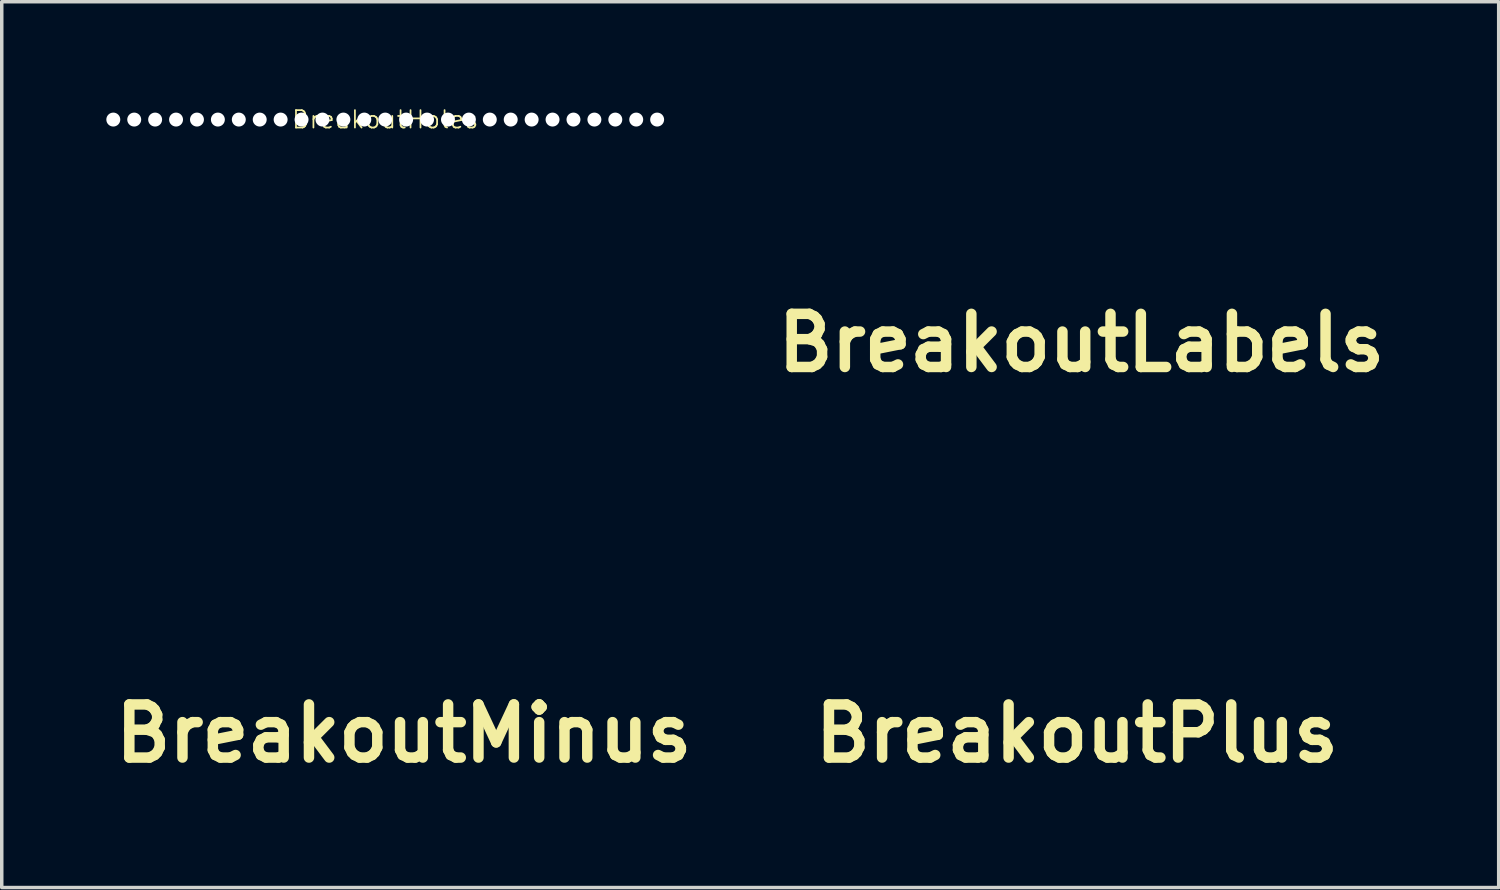
<source format=kicad_pcb>
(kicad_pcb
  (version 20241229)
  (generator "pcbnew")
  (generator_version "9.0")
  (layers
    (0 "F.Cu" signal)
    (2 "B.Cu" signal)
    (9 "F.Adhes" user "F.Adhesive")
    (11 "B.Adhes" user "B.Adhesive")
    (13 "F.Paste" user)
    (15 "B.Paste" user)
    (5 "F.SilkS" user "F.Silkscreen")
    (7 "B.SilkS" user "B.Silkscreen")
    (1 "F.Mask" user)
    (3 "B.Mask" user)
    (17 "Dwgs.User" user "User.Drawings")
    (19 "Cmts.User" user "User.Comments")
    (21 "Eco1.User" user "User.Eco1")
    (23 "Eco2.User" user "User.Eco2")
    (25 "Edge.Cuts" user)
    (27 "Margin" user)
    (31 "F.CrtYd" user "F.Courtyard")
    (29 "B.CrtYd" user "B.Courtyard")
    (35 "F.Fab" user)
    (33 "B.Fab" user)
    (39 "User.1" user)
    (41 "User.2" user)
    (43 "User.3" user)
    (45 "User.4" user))
  (footprint "BreakoutLabels"
    (layer "F.Cu")
    (at 27.97 6.787)
    (property "Reference" "BreakoutLabels" (at 0 0 0) (layer "F.SilkS") (effects (font (size 1.524 1.524) (thickness 0.3))))
    (attr through_hole)
    (fp_poly (pts (xy 0.109 -6.057) (xy 0.298 -6.057) (xy 0.298 -5.901) (xy -0.271 -5.901) (xy -0.271 -6.057) (xy -0.081 -6.057) (xy -0.081 -6.567) (xy -0.114 -6.548) (xy -0.135 -6.535) (xy -0.162 -6.519) (xy -0.192 -6.501) (xy -0.2 -6.496) (xy -0.254 -6.464) (xy -0.256 -6.547) (xy -0.257 -6.582) (xy -0.257 -6.606) (xy -0.255 -6.622) (xy -0.252 -6.632) (xy -0.248 -6.637) (xy -0.246 -6.639) (xy -0.237 -6.645) (xy -0.217 -6.656) (xy -0.191 -6.672) (xy -0.158 -6.692) (xy -0.122 -6.713) (xy -0.118 -6.715) (xy -0.003 -6.782) (xy 0.109 -6.782) (xy 0.109 -6.057)) (stroke (width 0.01) (type solid)) (fill yes) (layer "F.Mask"))
    (fp_poly (pts (xy 0.197 1.39) (xy 0.319 1.39) (xy 0.319 1.539) (xy 0.259 1.541) (xy 0.2 1.543) (xy 0.196 1.702) (xy 0.007 1.702) (xy 0.007 1.54) (xy -0.359 1.54) (xy -0.359 1.47) (xy -0.359 1.401) (xy -0.346 1.382) (xy -0.172 1.382) (xy -0.171 1.385) (xy -0.163 1.388) (xy -0.146 1.389) (xy -0.118 1.39) (xy -0.085 1.39) (xy 0.007 1.39) (xy 0.007 1.257) (xy 0.007 1.216) (xy 0.006 1.181) (xy 0.006 1.153) (xy 0.005 1.134) (xy 0.004 1.126) (xy 0.004 1.126) (xy -0.000369 1.133) (xy -0.011 1.149) (xy -0.027 1.172) (xy -0.047 1.2) (xy -0.069 1.232) (xy -0.092 1.265) (xy -0.114 1.297) (xy -0.134 1.327) (xy -0.152 1.352) (xy -0.165 1.371) (xy -0.171 1.381) (xy -0.172 1.382) (xy -0.346 1.382) (xy -0.158 1.111) (xy 0.044 0.821) (xy 0.12 0.821) (xy 0.197 0.821) (xy 0.197 1.39)) (stroke (width 0.01) (type solid)) (fill yes) (layer "F.Mask"))
    (fp_poly (pts (xy -0.003 -4.256) (xy 0.061 -4.246) (xy 0.117 -4.226) (xy 0.165 -4.197) (xy 0.203 -4.158) (xy 0.229 -4.118) (xy 0.237 -4.099) (xy 0.243 -4.083) (xy 0.246 -4.064) (xy 0.247 -4.04) (xy 0.247 -4.008) (xy 0.246 -3.973) (xy 0.242 -3.94) (xy 0.235 -3.91) (xy 0.223 -3.879) (xy 0.206 -3.848) (xy 0.184 -3.814) (xy 0.154 -3.776) (xy 0.117 -3.733) (xy 0.071 -3.683) (xy 0.039 -3.649) (xy -0.073 -3.53) (xy 0.104 -3.527) (xy 0.281 -3.523) (xy 0.285 -3.371) (xy -0.319 -3.371) (xy -0.319 -3.512) (xy -0.169 -3.672) (xy -0.117 -3.727) (xy -0.074 -3.774) (xy -0.039 -3.813) (xy -0.01 -3.846) (xy 0.012 -3.874) (xy 0.028 -3.898) (xy 0.04 -3.918) (xy 0.049 -3.937) (xy 0.054 -3.955) (xy 0.057 -3.974) (xy 0.059 -3.991) (xy 0.057 -4.031) (xy 0.046 -4.062) (xy 0.025 -4.084) (xy 0.014 -4.091) (xy -0.001 -4.098) (xy -0.017 -4.101) (xy -0.039 -4.102) (xy -0.071 -4.101) (xy -0.071 -4.101) (xy -0.134 -4.093) (xy -0.193 -4.074) (xy -0.252 -4.043) (xy -0.255 -4.041) (xy -0.272 -4.031) (xy -0.285 -4.024) (xy -0.288 -4.023) (xy -0.291 -4.03) (xy -0.299 -4.046) (xy -0.309 -4.07) (xy -0.319 -4.092) (xy -0.349 -4.159) (xy -0.332 -4.173) (xy -0.293 -4.198) (xy -0.244 -4.22) (xy -0.188 -4.238) (xy -0.128 -4.251) (xy -0.075 -4.257) (xy -0.003 -4.256)) (stroke (width 0.01) (type solid)) (fill yes) (layer "F.Mask"))
    (fp_poly (pts (xy 0.258 3.506) (xy -0.115 3.506) (xy -0.115 3.602) (xy -0.115 3.641) (xy -0.114 3.668) (xy -0.112 3.685) (xy -0.11 3.693) (xy -0.107 3.694) (xy -0.064 3.679) (xy -0.02 3.672) (xy 0.03 3.67) (xy 0.04 3.67) (xy 0.074 3.672) (xy 0.099 3.676) (xy 0.119 3.681) (xy 0.141 3.69) (xy 0.15 3.695) (xy 0.201 3.727) (xy 0.242 3.768) (xy 0.273 3.818) (xy 0.293 3.877) (xy 0.298 3.904) (xy 0.302 3.967) (xy 0.293 4.027) (xy 0.272 4.082) (xy 0.241 4.131) (xy 0.199 4.172) (xy 0.147 4.206) (xy 0.087 4.23) (xy 0.066 4.236) (xy 0.029 4.242) (xy -0.017 4.244) (xy -0.065 4.244) (xy -0.11 4.241) (xy -0.146 4.236) (xy -0.188 4.225) (xy -0.227 4.211) (xy -0.263 4.195) (xy -0.293 4.178) (xy -0.315 4.162) (xy -0.326 4.147) (xy -0.328 4.14) (xy -0.324 4.128) (xy -0.316 4.107) (xy -0.305 4.082) (xy -0.299 4.068) (xy -0.272 4.009) (xy -0.233 4.032) (xy -0.17 4.064) (xy -0.105 4.084) (xy -0.042 4.092) (xy 0.004 4.089) (xy 0.046 4.079) (xy 0.078 4.06) (xy 0.1 4.032) (xy 0.112 3.996) (xy 0.115 3.958) (xy 0.112 3.916) (xy 0.101 3.884) (xy 0.081 3.859) (xy 0.051 3.839) (xy 0.047 3.837) (xy 0.026 3.826) (xy 0.008 3.821) (xy -0.012 3.819) (xy -0.04 3.82) (xy -0.041 3.82) (xy -0.074 3.824) (xy -0.108 3.833) (xy -0.141 3.844) (xy -0.167 3.857) (xy -0.184 3.87) (xy -0.194 3.875) (xy -0.215 3.879) (xy -0.247 3.88) (xy -0.305 3.88) (xy -0.305 3.357) (xy 0.258 3.357) (xy 0.258 3.506)) (stroke (width 0.01) (type solid)) (fill yes) (layer "F.Mask"))
    (fp_poly (pts (xy 0.107 5.883) (xy 0.17 5.891) (xy 0.23 5.905) (xy 0.284 5.926) (xy 0.33 5.95) (xy 0.348 5.964) (xy 0.367 5.98) (xy 0.339 6.044) (xy 0.326 6.071) (xy 0.316 6.093) (xy 0.308 6.108) (xy 0.306 6.113) (xy 0.298 6.112) (xy 0.284 6.105) (xy 0.276 6.1) (xy 0.256 6.088) (xy 0.23 6.074) (xy 0.205 6.061) (xy 0.181 6.051) (xy 0.162 6.045) (xy 0.141 6.041) (xy 0.115 6.04) (xy 0.095 6.04) (xy 0.063 6.04) (xy 0.042 6.042) (xy 0.027 6.045) (xy 0.013 6.051) (xy 0.001 6.059) (xy -0.033 6.089) (xy -0.06 6.13) (xy -0.079 6.181) (xy -0.091 6.241) (xy -0.092 6.251) (xy -0.097 6.293) (xy -0.066 6.264) (xy -0.029 6.235) (xy 0.014 6.216) (xy 0.063 6.205) (xy 0.105 6.203) (xy 0.137 6.203) (xy 0.161 6.206) (xy 0.181 6.211) (xy 0.202 6.22) (xy 0.205 6.221) (xy 0.256 6.252) (xy 0.298 6.292) (xy 0.331 6.341) (xy 0.353 6.396) (xy 0.364 6.456) (xy 0.364 6.504) (xy 0.354 6.569) (xy 0.332 6.627) (xy 0.3 6.678) (xy 0.258 6.72) (xy 0.206 6.753) (xy 0.181 6.764) (xy 0.149 6.772) (xy 0.108 6.778) (xy 0.063 6.78) (xy 0.018 6.779) (xy -0.02 6.774) (xy -0.03 6.772) (xy -0.091 6.75) (xy -0.145 6.716) (xy -0.191 6.672) (xy -0.23 6.619) (xy -0.259 6.555) (xy -0.276 6.497) (xy -0.279 6.478) (xy -0.073 6.478) (xy -0.071 6.518) (xy -0.061 6.555) (xy -0.042 6.587) (xy -0.017 6.611) (xy 0.012 6.623) (xy 0.028 6.627) (xy 0.037 6.63) (xy 0.055 6.632) (xy 0.078 6.629) (xy 0.091 6.626) (xy 0.129 6.609) (xy 0.157 6.583) (xy 0.175 6.548) (xy 0.183 6.505) (xy 0.183 6.494) (xy 0.177 6.448) (xy 0.161 6.409) (xy 0.136 6.38) (xy 0.116 6.366) (xy 0.095 6.358) (xy 0.07 6.355) (xy 0.041 6.356) (xy 0.000343 6.365) (xy -0.032 6.384) (xy -0.055 6.413) (xy -0.069 6.452) (xy -0.073 6.478) (xy -0.279 6.478) (xy -0.283 6.457) (xy -0.287 6.408) (xy -0.288 6.354) (xy -0.287 6.299) (xy -0.284 6.247) (xy -0.278 6.202) (xy -0.272 6.175) (xy -0.247 6.101) (xy -0.213 6.036) (xy -0.171 5.983) (xy -0.123 5.94) (xy -0.067 5.909) (xy -0.004 5.889) (xy 0.065 5.882) (xy 0.107 5.883)) (stroke (width 0.01) (type solid)) (fill yes) (layer "F.Mask"))
    (fp_poly (pts (xy 0.024 -1.719) (xy 0.042 -1.716) (xy 0.102 -1.699) (xy 0.153 -1.672) (xy 0.195 -1.637) (xy 0.226 -1.594) (xy 0.227 -1.593) (xy 0.242 -1.554) (xy 0.25 -1.509) (xy 0.25 -1.461) (xy 0.243 -1.418) (xy 0.241 -1.412) (xy 0.226 -1.381) (xy 0.203 -1.348) (xy 0.176 -1.32) (xy 0.148 -1.3) (xy 0.147 -1.299) (xy 0.124 -1.287) (xy 0.163 -1.267) (xy 0.207 -1.238) (xy 0.239 -1.201) (xy 0.262 -1.156) (xy 0.273 -1.104) (xy 0.274 -1.079) (xy 0.27 -1.026) (xy 0.258 -0.982) (xy 0.236 -0.943) (xy 0.217 -0.92) (xy 0.175 -0.882) (xy 0.126 -0.855) (xy 0.077 -0.838) (xy 0.036 -0.83) (xy -0.012 -0.826) (xy -0.062 -0.824) (xy -0.107 -0.825) (xy -0.126 -0.827) (xy -0.208 -0.845) (xy -0.284 -0.875) (xy -0.292 -0.879) (xy -0.322 -0.895) (xy -0.342 -0.906) (xy -0.352 -0.917) (xy -0.354 -0.93) (xy -0.348 -0.949) (xy -0.337 -0.975) (xy -0.332 -0.987) (xy -0.319 -1.014) (xy -0.308 -1.036) (xy -0.3 -1.051) (xy -0.297 -1.056) (xy -0.288 -1.055) (xy -0.279 -1.049) (xy -0.261 -1.036) (xy -0.233 -1.022) (xy -0.201 -1.007) (xy -0.168 -0.995) (xy -0.141 -0.987) (xy -0.092 -0.979) (xy -0.045 -0.978) (xy -0.001 -0.982) (xy 0.036 -0.993) (xy 0.063 -1.009) (xy 0.065 -1.011) (xy 0.082 -1.035) (xy 0.091 -1.067) (xy 0.091 -1.101) (xy 0.084 -1.133) (xy 0.07 -1.16) (xy 0.063 -1.168) (xy 0.047 -1.18) (xy 0.029 -1.189) (xy 0.005 -1.195) (xy -0.025 -1.199) (xy -0.065 -1.2) (xy -0.093 -1.2) (xy -0.183 -1.2) (xy -0.183 -1.355) (xy -0.093 -1.358) (xy -0.048 -1.36) (xy -0.014 -1.363) (xy 0.012 -1.369) (xy 0.03 -1.379) (xy 0.045 -1.392) (xy 0.055 -1.406) (xy 0.065 -1.431) (xy 0.068 -1.462) (xy 0.064 -1.493) (xy 0.055 -1.519) (xy 0.047 -1.53) (xy 0.026 -1.549) (xy 0.004 -1.56) (xy -0.026 -1.567) (xy -0.027 -1.567) (xy -0.072 -1.569) (xy -0.123 -1.561) (xy -0.175 -1.546) (xy -0.225 -1.524) (xy -0.255 -1.506) (xy -0.285 -1.485) (xy -0.313 -1.544) (xy -0.325 -1.572) (xy -0.334 -1.595) (xy -0.34 -1.612) (xy -0.341 -1.617) (xy -0.336 -1.63) (xy -0.319 -1.645) (xy -0.293 -1.662) (xy -0.259 -1.678) (xy -0.219 -1.694) (xy -0.21 -1.696) (xy -0.153 -1.711) (xy -0.092 -1.72) (xy -0.031 -1.723) (xy 0.024 -1.719)) (stroke (width 0.01) (type solid)) (fill yes) (layer "F.Mask")))
  (footprint "BreakoutPlus"
    (layer "F.Cu")
    (at 27.841 17.991)
    (property "Reference" "BreakoutPlus" (at 0 0 0) (layer "F.SilkS") (effects (font (size 1.524 1.524) (thickness 0.3))))
    (attr through_hole)
    (fp_poly (pts (xy 0.082 -0.082) (xy 0.391 -0.082) (xy 0.391 0.082) (xy 0.082 0.082) (xy 0.082 0.391) (xy -0.082 0.391) (xy -0.082 0.082) (xy -0.391 0.082) (xy -0.391 -0.082) (xy -0.082 -0.082) (xy -0.082 -0.391) (xy 0.082 -0.391) (xy 0.082 -0.082)) (stroke (width 0.01) (type solid)) (fill yes) (layer "F.Mask")))
  (footprint "BreakoutMinus"
    (layer "F.Cu")
    (at 8.534 17.991)
    (property "Reference" "BreakoutMinus" (at 0 0 0) (layer "F.SilkS") (effects (font (size 1.524 1.524) (thickness 0.3))))
    (attr through_hole)
    (fp_poly (pts (xy 0.247 0.094) (xy -0.247 0.094) (xy -0.247 -0.094) (xy 0.247 -0.094) (xy 0.247 0.094)) (stroke (width 0.01) (type solid)) (fill yes) (layer "F.Mask")))
  (footprint "BreakoutHoles"
    (layer "F.Cu")
    (at 8 0.38)
    (property "Reference" "BreakoutHoles" (at 0 0 0) (layer "F.SilkS") (effects (font (size 0.5 0.5) (thickness 0.05))))
    (attr through_hole)
    (pad "" np_thru_hole circle (at -7.8 0) (size 0.4 0.4) (drill 0.4) (layers "*.Cu" "*.Mask"))
    (pad "" np_thru_hole circle (at -7.2 0) (size 0.4 0.4) (drill 0.4) (layers "*.Cu" "*.Mask"))
    (pad "" np_thru_hole circle (at -6.6 0) (size 0.4 0.4) (drill 0.4) (layers "*.Cu" "*.Mask"))
    (pad "" np_thru_hole circle (at -6 0) (size 0.4 0.4) (drill 0.4) (layers "*.Cu" "*.Mask"))
    (pad "" np_thru_hole circle (at -5.4 0) (size 0.4 0.4) (drill 0.4) (layers "*.Cu" "*.Mask"))
    (pad "" np_thru_hole circle (at -4.8 0) (size 0.4 0.4) (drill 0.4) (layers "*.Cu" "*.Mask"))
    (pad "" np_thru_hole circle (at -4.2 0) (size 0.4 0.4) (drill 0.4) (layers "*.Cu" "*.Mask"))
    (pad "" np_thru_hole circle (at -3.6 0) (size 0.4 0.4) (drill 0.4) (layers "*.Cu" "*.Mask"))
    (pad "" np_thru_hole circle (at -3 0) (size 0.4 0.4) (drill 0.4) (layers "*.Cu" "*.Mask"))
    (pad "" np_thru_hole circle (at -2.4 0) (size 0.4 0.4) (drill 0.4) (layers "*.Cu" "*.Mask"))
    (pad "" np_thru_hole circle (at -1.8 0) (size 0.4 0.4) (drill 0.4) (layers "*.Cu" "*.Mask"))
    (pad "" np_thru_hole circle (at -1.2 0) (size 0.4 0.4) (drill 0.4) (layers "*.Cu" "*.Mask"))
    (pad "" np_thru_hole circle (at -0.6 0) (size 0.4 0.4) (drill 0.4) (layers "*.Cu" "*.Mask"))
    (pad "" np_thru_hole circle (at 0 0) (size 0.4 0.4) (drill 0.4) (layers "*.Cu" "*.Mask"))
    (pad "" np_thru_hole circle (at 0.6 0) (size 0.4 0.4) (drill 0.4) (layers "*.Cu" "*.Mask"))
    (pad "" np_thru_hole circle (at 1.2 0) (size 0.4 0.4) (drill 0.4) (layers "*.Cu" "*.Mask"))
    (pad "" np_thru_hole circle (at 1.8 0) (size 0.4 0.4) (drill 0.4) (layers "*.Cu" "*.Mask"))
    (pad "" np_thru_hole circle (at 2.4 0) (size 0.4 0.4) (drill 0.4) (layers "*.Cu" "*.Mask"))
    (pad "" np_thru_hole circle (at 3 0) (size 0.4 0.4) (drill 0.4) (layers "*.Cu" "*.Mask"))
    (pad "" np_thru_hole circle (at 3.6 0) (size 0.4 0.4) (drill 0.4) (layers "*.Cu" "*.Mask"))
    (pad "" np_thru_hole circle (at 4.2 0) (size 0.4 0.4) (drill 0.4) (layers "*.Cu" "*.Mask"))
    (pad "" np_thru_hole circle (at 4.8 0) (size 0.4 0.4) (drill 0.4) (layers "*.Cu" "*.Mask"))
    (pad "" np_thru_hole circle (at 5.4 0) (size 0.4 0.4) (drill 0.4) (layers "*.Cu" "*.Mask"))
    (pad "" np_thru_hole circle (at 6 0) (size 0.4 0.4) (drill 0.4) (layers "*.Cu" "*.Mask"))
    (pad "" np_thru_hole circle (at 6.6 0) (size 0.4 0.4) (drill 0.4) (layers "*.Cu" "*.Mask"))
    (pad "" np_thru_hole circle (at 7.2 0) (size 0.4 0.4) (drill 0.4) (layers "*.Cu" "*.Mask"))
    (pad "" np_thru_hole circle (at 7.8 0) (size 0.4 0.4) (drill 0.4) (layers "*.Cu" "*.Mask")))
  (gr_rect
    (start -3 -3)
    (end 39.94 22.409)
    (stroke (width 0.1) (type default))
    (fill no)
    (layer "Edge.Cuts")))
</source>
